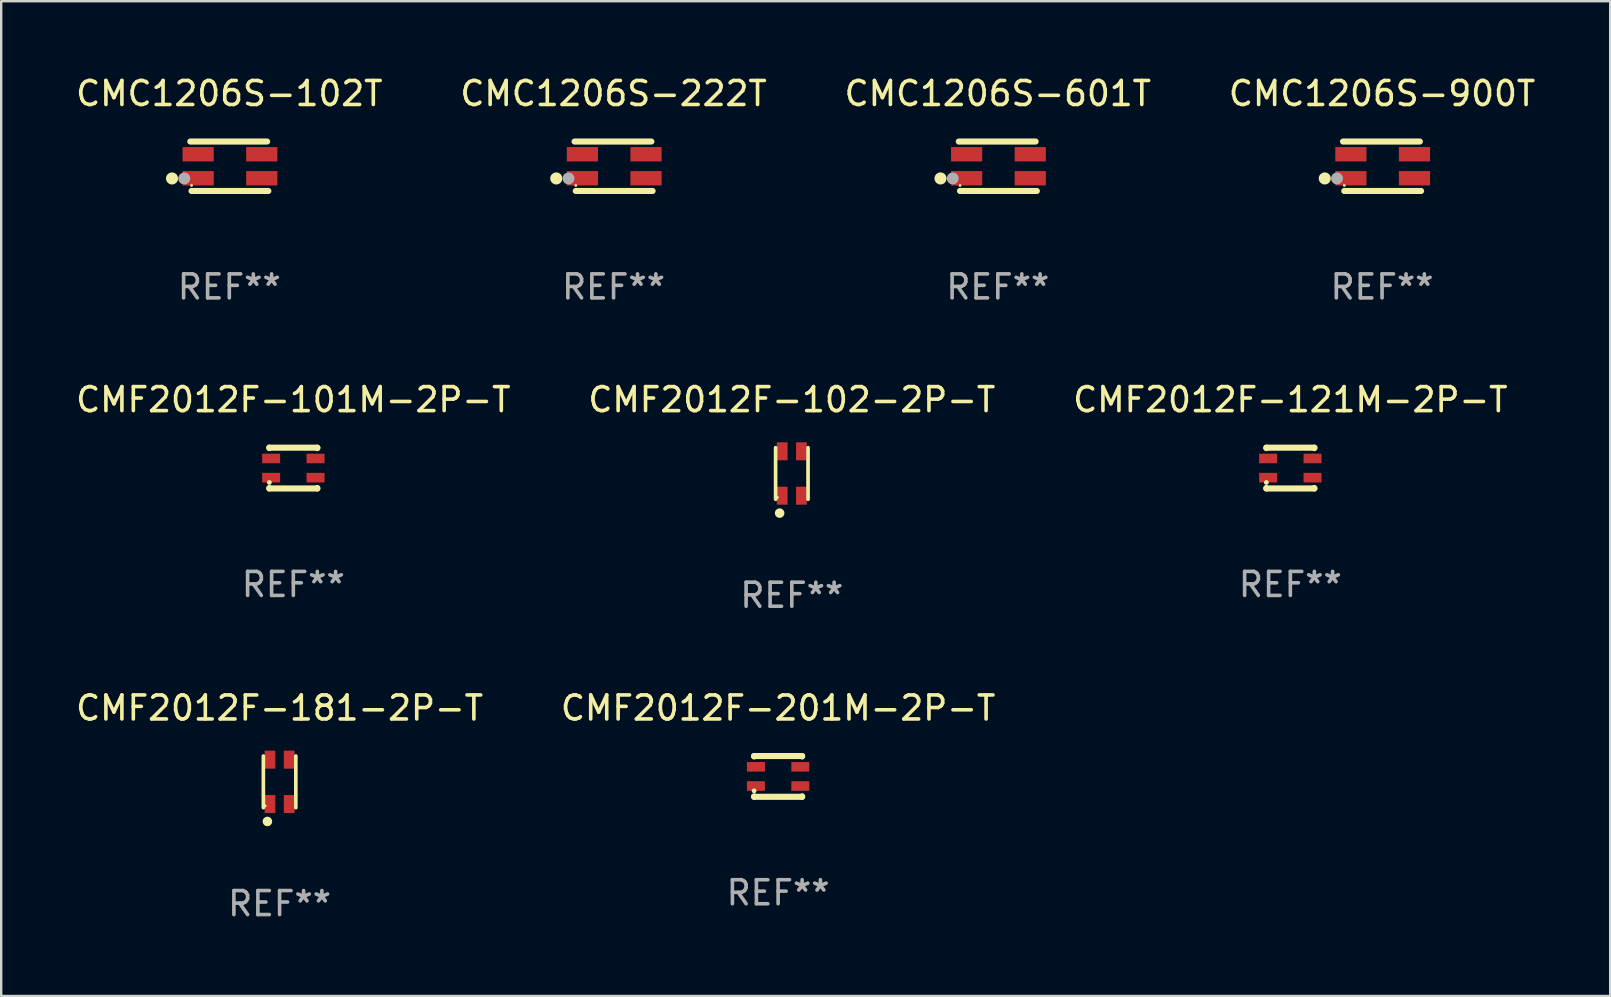
<source format=kicad_pcb>
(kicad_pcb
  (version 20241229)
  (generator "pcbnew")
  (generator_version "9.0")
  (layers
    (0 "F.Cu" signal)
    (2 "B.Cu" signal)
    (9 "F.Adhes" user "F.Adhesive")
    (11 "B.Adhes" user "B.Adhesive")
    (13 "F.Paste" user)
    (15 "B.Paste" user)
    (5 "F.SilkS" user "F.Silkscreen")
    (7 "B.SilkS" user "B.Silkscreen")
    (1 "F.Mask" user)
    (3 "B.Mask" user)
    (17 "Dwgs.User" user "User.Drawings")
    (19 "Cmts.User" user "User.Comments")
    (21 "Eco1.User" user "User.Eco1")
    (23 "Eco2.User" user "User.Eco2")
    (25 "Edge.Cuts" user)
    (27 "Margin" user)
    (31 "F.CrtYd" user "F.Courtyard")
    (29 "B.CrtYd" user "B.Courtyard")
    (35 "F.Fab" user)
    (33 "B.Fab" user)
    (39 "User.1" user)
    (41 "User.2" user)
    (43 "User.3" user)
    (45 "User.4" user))
  (footprint "CMC1206S-222T"
    (layer "F.Cu")
    (at 22.518 3.878)
    (property "Reference" "CMC1206S-222T" (at 0 -3.03 0) (layer "F.SilkS") (effects (font (size 1 1) (thickness 0.15))))
    (attr through_hole)
    (fp_line (start -1.626 -1.03) (end 1.575 -1.03) (stroke (width 0.254) (type solid)) (layer "F.SilkS"))
    (fp_line (start -1.575 1.03) (end 1.626 1.03) (stroke (width 0.254) (type solid)) (layer "F.SilkS"))
    (fp_circle (center -2.388 0.508) (end -2.261 0.508) (stroke (width 0.254) (type solid)) (fill no) (layer "F.SilkS"))
    (fp_circle (center -1.574 0.8) (end -1.544 0.8) (stroke (width 0.06) (type solid)) (fill no) (layer "F.SilkS"))
    (fp_circle (center -1.879 0.508) (end -1.754 0.508) (stroke (width 0.25) (type solid)) (fill no) (layer "F.Fab"))
    (fp_text user "REF**" (at 0 5.03 0) (layer "F.Fab") (effects (font (size 1 1) (thickness 0.15))))
    (pad "1" smd rect (at -1.299 0.5) (size 1.3 0.6) (layers "F.Cu" "F.Mask" "F.Paste"))
    (pad "2" smd rect (at 1.351 0.5) (size 1.3 0.6) (layers "F.Cu" "F.Mask" "F.Paste"))
    (pad "3" smd rect (at -1.299 -0.5) (size 1.3 0.6) (layers "F.Cu" "F.Mask" "F.Paste"))
    (pad "4" smd rect (at 1.351 -0.5) (size 1.3 0.6) (layers "F.Cu" "F.Mask" "F.Paste")))
  (footprint "CMF2012F-201M-2P-T"
    (layer "F.Cu")
    (at 29.375 29.304)
    (property "Reference" "CMF2012F-201M-2P-T" (at 0 -2.85 0) (layer "F.SilkS") (effects (font (size 1 1) (thickness 0.15))))
    (attr through_hole)
    (fp_line (start -1 -0.85) (end -1 -0.831) (stroke (width 0.254) (type solid)) (layer "F.SilkS"))
    (fp_line (start -1 -0.85) (end 1 -0.85) (stroke (width 0.254) (type solid)) (layer "F.SilkS"))
    (fp_line (start -1 0.831) (end -1 0.85) (stroke (width 0.254) (type solid)) (layer "F.SilkS"))
    (fp_line (start -1 0.85) (end 1 0.85) (stroke (width 0.254) (type solid)) (layer "F.SilkS"))
    (fp_line (start 1 -0.85) (end 1 -0.831) (stroke (width 0.254) (type solid)) (layer "F.SilkS"))
    (fp_line (start 1 0.831) (end 1 0.85) (stroke (width 0.254) (type solid)) (layer "F.SilkS"))
    (fp_circle (center -1 0.6) (end -0.95 0.6) (stroke (width 0.1) (type solid)) (fill no) (layer "F.SilkS"))
    (fp_text user "REF**" (at 0 4.85 0) (layer "F.Fab") (effects (font (size 1 1) (thickness 0.15))))
    (pad "1" smd rect (at -0.925 0.4) (size 0.75 0.4) (layers "F.Cu" "F.Mask" "F.Paste"))
    (pad "2" smd rect (at -0.925 -0.4) (size 0.75 0.4) (layers "F.Cu" "F.Mask" "F.Paste"))
    (pad "3" smd rect (at 0.925 -0.4) (size 0.75 0.4) (layers "F.Cu" "F.Mask" "F.Paste"))
    (pad "4" smd rect (at 0.925 0.4) (size 0.75 0.4) (layers "F.Cu" "F.Mask" "F.Paste")))
  (footprint "CMF2012F-121M-2P-T"
    (layer "F.Cu")
    (at 50.72 16.455)
    (property "Reference" "CMF2012F-121M-2P-T" (at 0 -2.85 0) (layer "F.SilkS") (effects (font (size 1 1) (thickness 0.15))))
    (attr through_hole)
    (fp_line (start -1 -0.85) (end -1 -0.831) (stroke (width 0.254) (type solid)) (layer "F.SilkS"))
    (fp_line (start -1 -0.85) (end 1 -0.85) (stroke (width 0.254) (type solid)) (layer "F.SilkS"))
    (fp_line (start -1 0.831) (end -1 0.85) (stroke (width 0.254) (type solid)) (layer "F.SilkS"))
    (fp_line (start -1 0.85) (end 1 0.85) (stroke (width 0.254) (type solid)) (layer "F.SilkS"))
    (fp_line (start 1 -0.85) (end 1 -0.831) (stroke (width 0.254) (type solid)) (layer "F.SilkS"))
    (fp_line (start 1 0.831) (end 1 0.85) (stroke (width 0.254) (type solid)) (layer "F.SilkS"))
    (fp_circle (center -1 0.6) (end -0.95 0.6) (stroke (width 0.1) (type solid)) (fill no) (layer "F.SilkS"))
    (fp_text user "REF**" (at 0 4.85 0) (layer "F.Fab") (effects (font (size 1 1) (thickness 0.15))))
    (pad "1" smd rect (at -0.925 0.4) (size 0.75 0.4) (layers "F.Cu" "F.Mask" "F.Paste"))
    (pad "2" smd rect (at -0.925 -0.4) (size 0.75 0.4) (layers "F.Cu" "F.Mask" "F.Paste"))
    (pad "3" smd rect (at 0.925 -0.4) (size 0.75 0.4) (layers "F.Cu" "F.Mask" "F.Paste"))
    (pad "4" smd rect (at 0.925 0.4) (size 0.75 0.4) (layers "F.Cu" "F.Mask" "F.Paste")))
  (footprint "CMC1206S-102T"
    (layer "F.Cu")
    (at 6.506 3.878)
    (property "Reference" "CMC1206S-102T" (at 0 -3.03 0) (layer "F.SilkS") (effects (font (size 1 1) (thickness 0.15))))
    (attr through_hole)
    (fp_line (start -1.626 -1.03) (end 1.575 -1.03) (stroke (width 0.254) (type solid)) (layer "F.SilkS"))
    (fp_line (start -1.575 1.03) (end 1.626 1.03) (stroke (width 0.254) (type solid)) (layer "F.SilkS"))
    (fp_circle (center -2.388 0.508) (end -2.261 0.508) (stroke (width 0.254) (type solid)) (fill no) (layer "F.SilkS"))
    (fp_circle (center -1.574 0.8) (end -1.544 0.8) (stroke (width 0.06) (type solid)) (fill no) (layer "F.SilkS"))
    (fp_circle (center -1.879 0.508) (end -1.754 0.508) (stroke (width 0.25) (type solid)) (fill no) (layer "F.Fab"))
    (fp_text user "REF**" (at 0 5.03 0) (layer "F.Fab") (effects (font (size 1 1) (thickness 0.15))))
    (pad "1" smd rect (at -1.299 0.5) (size 1.3 0.6) (layers "F.Cu" "F.Mask" "F.Paste"))
    (pad "2" smd rect (at 1.351 0.5) (size 1.3 0.6) (layers "F.Cu" "F.Mask" "F.Paste"))
    (pad "3" smd rect (at -1.299 -0.5) (size 1.3 0.6) (layers "F.Cu" "F.Mask" "F.Paste"))
    (pad "4" smd rect (at 1.351 -0.5) (size 1.3 0.6) (layers "F.Cu" "F.Mask" "F.Paste")))
  (footprint "CMC1206S-900T"
    (layer "F.Cu")
    (at 54.542 3.878)
    (property "Reference" "CMC1206S-900T" (at 0 -3.03 0) (layer "F.SilkS") (effects (font (size 1 1) (thickness 0.15))))
    (attr through_hole)
    (fp_line (start -1.626 -1.03) (end 1.575 -1.03) (stroke (width 0.254) (type solid)) (layer "F.SilkS"))
    (fp_line (start -1.575 1.03) (end 1.626 1.03) (stroke (width 0.254) (type solid)) (layer "F.SilkS"))
    (fp_circle (center -2.388 0.508) (end -2.261 0.508) (stroke (width 0.254) (type solid)) (fill no) (layer "F.SilkS"))
    (fp_circle (center -1.574 0.8) (end -1.544 0.8) (stroke (width 0.06) (type solid)) (fill no) (layer "F.SilkS"))
    (fp_circle (center -1.879 0.508) (end -1.754 0.508) (stroke (width 0.25) (type solid)) (fill no) (layer "F.Fab"))
    (fp_text user "REF**" (at 0 5.03 0) (layer "F.Fab") (effects (font (size 1 1) (thickness 0.15))))
    (pad "1" smd rect (at -1.299 0.5) (size 1.3 0.6) (layers "F.Cu" "F.Mask" "F.Paste"))
    (pad "2" smd rect (at 1.351 0.5) (size 1.3 0.6) (layers "F.Cu" "F.Mask" "F.Paste"))
    (pad "3" smd rect (at -1.299 -0.5) (size 1.3 0.6) (layers "F.Cu" "F.Mask" "F.Paste"))
    (pad "4" smd rect (at 1.351 -0.5) (size 1.3 0.6) (layers "F.Cu" "F.Mask" "F.Paste")))
  (footprint "CMC1206S-601T"
    (layer "F.Cu")
    (at 38.53 3.878)
    (property "Reference" "CMC1206S-601T" (at 0 -3.03 0) (layer "F.SilkS") (effects (font (size 1 1) (thickness 0.15))))
    (attr through_hole)
    (fp_line (start -1.626 -1.03) (end 1.575 -1.03) (stroke (width 0.254) (type solid)) (layer "F.SilkS"))
    (fp_line (start -1.575 1.03) (end 1.626 1.03) (stroke (width 0.254) (type solid)) (layer "F.SilkS"))
    (fp_circle (center -2.388 0.508) (end -2.261 0.508) (stroke (width 0.254) (type solid)) (fill no) (layer "F.SilkS"))
    (fp_circle (center -1.574 0.8) (end -1.544 0.8) (stroke (width 0.06) (type solid)) (fill no) (layer "F.SilkS"))
    (fp_circle (center -1.879 0.508) (end -1.754 0.508) (stroke (width 0.25) (type solid)) (fill no) (layer "F.Fab"))
    (fp_text user "REF**" (at 0 5.03 0) (layer "F.Fab") (effects (font (size 1 1) (thickness 0.15))))
    (pad "1" smd rect (at -1.299 0.5) (size 1.3 0.6) (layers "F.Cu" "F.Mask" "F.Paste"))
    (pad "2" smd rect (at 1.351 0.5) (size 1.3 0.6) (layers "F.Cu" "F.Mask" "F.Paste"))
    (pad "3" smd rect (at -1.299 -0.5) (size 1.3 0.6) (layers "F.Cu" "F.Mask" "F.Paste"))
    (pad "4" smd rect (at 1.351 -0.5) (size 1.3 0.6) (layers "F.Cu" "F.Mask" "F.Paste")))
  (footprint "CMF2012F-102-2P-T"
    (layer "F.Cu")
    (at 29.946 16.681)
    (property "Reference" "CMF2012F-102-2P-T" (at 0 -3.076 0) (layer "F.SilkS") (effects (font (size 1 1) (thickness 0.15))))
    (attr through_hole)
    (fp_line (start -0.676 1.076) (end -0.676 -1.076) (stroke (width 0.152) (type solid)) (layer "F.SilkS"))
    (fp_line (start 0.676 1.076) (end 0.676 -1.076) (stroke (width 0.152) (type solid)) (layer "F.SilkS"))
    (fp_circle (center -0.6 1) (end -0.57 1) (stroke (width 0.06) (type solid)) (fill no) (layer "F.SilkS"))
    (fp_circle (center -0.508 1.651) (end -0.408 1.651) (stroke (width 0.2) (type solid)) (fill no) (layer "F.SilkS"))
    (fp_text user "REF**" (at 0 5.076 0) (layer "F.Fab") (effects (font (size 1 1) (thickness 0.15))))
    (pad "1" smd rect (at -0.4 0.925) (size 0.448 0.75) (layers "F.Cu" "F.Mask" "F.Paste"))
    (pad "2" smd rect (at 0.4 0.925) (size 0.448 0.75) (layers "F.Cu" "F.Mask" "F.Paste"))
    (pad "3" smd rect (at 0.4 -0.925) (size 0.448 0.75) (layers "F.Cu" "F.Mask" "F.Paste"))
    (pad "4" smd rect (at -0.4 -0.925) (size 0.448 0.75) (layers "F.Cu" "F.Mask" "F.Paste")))
  (footprint "CMF2012F-101M-2P-T"
    (layer "F.Cu")
    (at 9.173 16.455)
    (property "Reference" "CMF2012F-101M-2P-T" (at 0 -2.85 0) (layer "F.SilkS") (effects (font (size 1 1) (thickness 0.15))))
    (attr through_hole)
    (fp_line (start -1 -0.85) (end -1 -0.831) (stroke (width 0.254) (type solid)) (layer "F.SilkS"))
    (fp_line (start -1 -0.85) (end 1 -0.85) (stroke (width 0.254) (type solid)) (layer "F.SilkS"))
    (fp_line (start -1 0.831) (end -1 0.85) (stroke (width 0.254) (type solid)) (layer "F.SilkS"))
    (fp_line (start -1 0.85) (end 1 0.85) (stroke (width 0.254) (type solid)) (layer "F.SilkS"))
    (fp_line (start 1 -0.85) (end 1 -0.831) (stroke (width 0.254) (type solid)) (layer "F.SilkS"))
    (fp_line (start 1 0.831) (end 1 0.85) (stroke (width 0.254) (type solid)) (layer "F.SilkS"))
    (fp_circle (center -1 0.6) (end -0.95 0.6) (stroke (width 0.1) (type solid)) (fill no) (layer "F.SilkS"))
    (fp_text user "REF**" (at 0 4.85 0) (layer "F.Fab") (effects (font (size 1 1) (thickness 0.15))))
    (pad "1" smd rect (at -0.925 0.4) (size 0.75 0.4) (layers "F.Cu" "F.Mask" "F.Paste"))
    (pad "2" smd rect (at -0.925 -0.4) (size 0.75 0.4) (layers "F.Cu" "F.Mask" "F.Paste"))
    (pad "3" smd rect (at 0.925 -0.4) (size 0.75 0.4) (layers "F.Cu" "F.Mask" "F.Paste"))
    (pad "4" smd rect (at 0.925 0.4) (size 0.75 0.4) (layers "F.Cu" "F.Mask" "F.Paste")))
  (footprint "CMF2012F-181-2P-T"
    (layer "F.Cu")
    (at 8.601 29.53)
    (property "Reference" "CMF2012F-181-2P-T" (at 0 -3.076 0) (layer "F.SilkS") (effects (font (size 1 1) (thickness 0.15))))
    (attr through_hole)
    (fp_line (start -0.676 1.076) (end -0.676 -1.076) (stroke (width 0.152) (type solid)) (layer "F.SilkS"))
    (fp_line (start 0.676 1.076) (end 0.676 -1.076) (stroke (width 0.152) (type solid)) (layer "F.SilkS"))
    (fp_circle (center -0.6 1) (end -0.57 1) (stroke (width 0.06) (type solid)) (fill no) (layer "F.SilkS"))
    (fp_circle (center -0.508 1.651) (end -0.408 1.651) (stroke (width 0.2) (type solid)) (fill no) (layer "F.SilkS"))
    (fp_text user "REF**" (at 0 5.076 0) (layer "F.Fab") (effects (font (size 1 1) (thickness 0.15))))
    (pad "1" smd rect (at -0.4 0.925) (size 0.448 0.75) (layers "F.Cu" "F.Mask" "F.Paste"))
    (pad "2" smd rect (at 0.4 0.925) (size 0.448 0.75) (layers "F.Cu" "F.Mask" "F.Paste"))
    (pad "3" smd rect (at 0.4 -0.925) (size 0.448 0.75) (layers "F.Cu" "F.Mask" "F.Paste"))
    (pad "4" smd rect (at -0.4 -0.925) (size 0.448 0.75) (layers "F.Cu" "F.Mask" "F.Paste")))
  (gr_rect
    (start -3 -3)
    (end 64.048 38.454)
    (stroke (width 0.1) (type default))
    (fill no)
    (layer "Edge.Cuts")))
</source>
